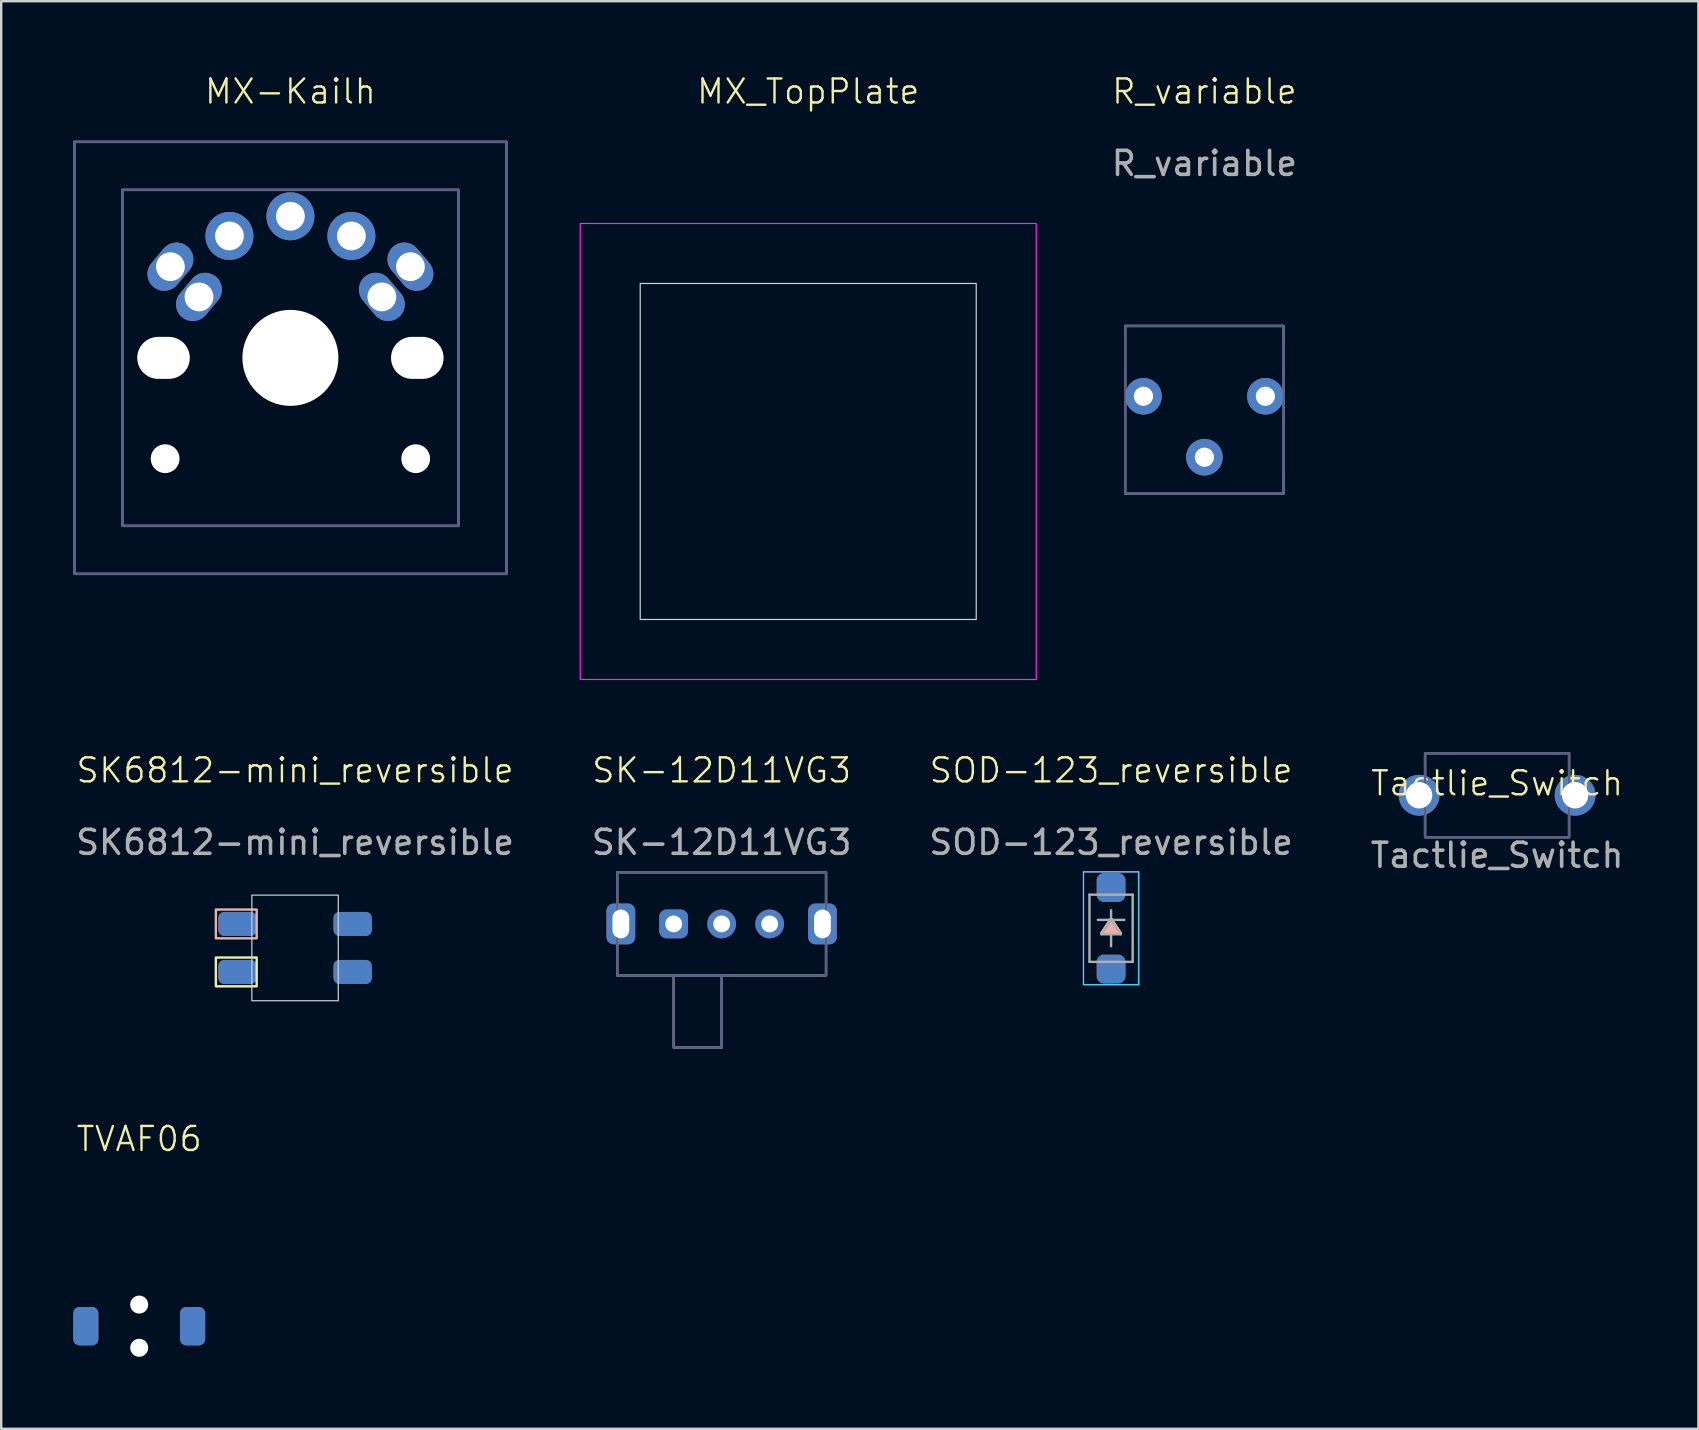
<source format=kicad_pcb>
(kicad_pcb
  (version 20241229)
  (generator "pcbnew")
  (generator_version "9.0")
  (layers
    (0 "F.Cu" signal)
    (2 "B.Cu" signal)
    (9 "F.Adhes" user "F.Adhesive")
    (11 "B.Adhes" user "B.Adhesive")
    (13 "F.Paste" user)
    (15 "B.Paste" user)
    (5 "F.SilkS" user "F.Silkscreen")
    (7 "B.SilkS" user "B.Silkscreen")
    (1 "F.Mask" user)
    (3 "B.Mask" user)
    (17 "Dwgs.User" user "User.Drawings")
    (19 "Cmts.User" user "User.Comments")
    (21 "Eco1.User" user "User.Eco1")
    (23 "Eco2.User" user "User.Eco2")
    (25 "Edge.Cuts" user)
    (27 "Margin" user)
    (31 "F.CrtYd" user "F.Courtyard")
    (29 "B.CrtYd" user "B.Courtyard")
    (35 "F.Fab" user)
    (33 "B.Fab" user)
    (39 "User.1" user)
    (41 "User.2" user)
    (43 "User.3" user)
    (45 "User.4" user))
  (footprint "TVAF06"
    (layer "F.Cu")
    (at 2.75 52.206)
    (property "Reference" "TVAF06" (at 0 -7.8 0) (unlocked yes) (layer "F.SilkS") (effects (font (size 1 1) (thickness 0.1))))
    (attr smd)
    (pad "" np_thru_hole circle (at 0 -0.9 90) (size 0.75 0.75) (drill 0.75) (layers "*.Cu" "*.Mask"))
    (pad "" np_thru_hole circle (at 0 0.9 90) (size 0.75 0.75) (drill 0.75) (layers "*.Cu" "*.Mask"))
    (pad "1" smd roundrect (at -2.225 0 90) (size 1.6 1.05) (layers "F.Cu" "F.Mask" "F.Paste") (roundrect_rratio 0.25))
    (pad "1" smd roundrect (at -2.225 0 270) (size 1.6 1.05) (layers "B.Cu" "B.Mask" "B.Paste") (roundrect_rratio 0.25))
    (pad "2" smd roundrect (at 2.225 0 90) (size 1.6 1.05) (layers "F.Cu" "F.Mask" "F.Paste") (roundrect_rratio 0.25))
    (pad "2" smd roundrect (at 2.225 0 270) (size 1.6 1.05) (layers "B.Cu" "B.Mask" "B.Paste") (roundrect_rratio 0.25)))
  (footprint "R_variable"
    (layer "F.Cu")
    (at 47.132 13.46)
    (property "Reference" "R_variable" (at 0 -12.7 0) (unlocked yes) (layer "F.SilkS") (effects (font (size 1 1) (thickness 0.1))))
    (attr through_hole)
    (fp_rect (start 3.3 4.06) (end -3.3 -2.93) (stroke (width 0.1) (type default)) (fill no) (layer "B.Fab"))
    (fp_rect (start 3.3 4.06) (end -3.3 -2.93) (stroke (width 0.1) (type default)) (fill no) (layer "F.Fab"))
    (fp_text user "${REFERENCE}" (at 0 -9.7 0) (unlocked yes) (layer "F.Fab") (effects (font (size 1 1) (thickness 0.15))))
    (pad "1" thru_hole circle (at -2.54 0) (size 1.524 1.524) (drill 0.8) (layers "*.Cu" "*.Mask"))
    (pad "2" thru_hole circle (at 0 2.54) (size 1.524 1.524) (drill 0.8) (layers "*.Cu" "*.Mask"))
    (pad "3" thru_hole circle (at 2.54 0) (size 1.524 1.524) (drill 0.8) (layers "*.Cu" "*.Mask")))
  (footprint "SK6812-mini_reversible"
    (layer "F.Cu")
    (at 9.244 36.446)
    (property "Reference" "SK6812-mini_reversible" (at 0 -7.4 0) (unlocked yes) (layer "F.SilkS") (effects (font (size 1 1) (thickness 0.1))))
    (attr smd)
    (fp_rect (start -3.3 0.4) (end -1.6 1.6) (stroke (width 0.1) (type default)) (fill no) (layer "F.SilkS"))
    (fp_rect (start -1.6 -0.4) (end -3.3 -1.6) (stroke (width 0.1) (type default)) (fill no) (layer "B.SilkS"))
    (fp_rect (start -1.8 -2.2) (end 1.8 2.2) (stroke (width 0.05) (type default)) (fill no) (layer "Edge.Cuts"))
    (fp_text user "${REFERENCE}" (at 0 -4.4 0) (unlocked yes) (layer "F.Fab") (effects (font (size 1 1) (thickness 0.15))))
    (pad "1" smd roundrect (at -2.4 -1) (size 1.6 1) (layers "B.Cu" "B.Mask" "B.Paste") (roundrect_rratio 0.25))
    (pad "1" smd roundrect (at -2.4 1) (size 1.6 1) (layers "F.Cu" "F.Mask" "F.Paste") (roundrect_rratio 0.25))
    (pad "2" smd roundrect (at -2.4 -1) (size 1.6 1) (layers "F.Cu" "F.Mask" "F.Paste") (roundrect_rratio 0.25))
    (pad "2" smd roundrect (at -2.4 1) (size 1.6 1) (layers "B.Cu" "B.Mask" "B.Paste") (roundrect_rratio 0.25))
    (pad "3" smd roundrect (at 2.4 -1) (size 1.6 1) (layers "F.Cu" "F.Mask" "F.Paste") (roundrect_rratio 0.25))
    (pad "3" smd roundrect (at 2.4 1) (size 1.6 1) (layers "B.Cu" "B.Mask" "B.Paste") (roundrect_rratio 0.25))
    (pad "4" smd roundrect (at 2.4 -1) (size 1.6 1) (layers "B.Cu" "B.Mask" "B.Paste") (roundrect_rratio 0.25))
    (pad "4" smd roundrect (at 2.4 1) (size 1.6 1) (layers "F.Cu" "F.Mask" "F.Paste") (roundrect_rratio 0.25)))
  (footprint "MX_TopPlate"
    (layer "F.Cu")
    (at 30.625 15.761)
    (property "Reference" "MX_TopPlate" (at 0 -15 0) (unlocked yes) (layer "F.SilkS") (effects (font (size 1 1) (thickness 0.1))))
    (fp_rect (start -7 -7) (end 7 7) (stroke (width 0.05) (type default)) (fill no) (layer "Edge.Cuts"))
    (fp_rect (start -9.5 -9.5) (end 9.5 9.5) (stroke (width 0.05) (type default)) (fill no) (layer "F.CrtYd")))
  (footprint "Tactlie_Switch"
    (layer "F.Cu")
    (at 59.327 30.085)
    (property "Reference" "Tactlie_Switch" (at 0 -0.5 0) (unlocked yes) (layer "F.SilkS") (effects (font (size 1 1) (thickness 0.1))))
    (attr through_hole)
    (fp_rect (start -3 -1.75) (end 3 1.75) (stroke (width 0.1) (type default)) (fill no) (layer "B.Fab"))
    (fp_rect (start -3 -1.75) (end 3 1.75) (stroke (width 0.1) (type default)) (fill no) (layer "F.Fab"))
    (fp_text user "${REFERENCE}" (at 0 2.5 0) (unlocked yes) (layer "F.Fab") (effects (font (size 1 1) (thickness 0.15))))
    (pad "1" thru_hole circle (at -3.25 0) (size 1.7 1.7) (drill 1.1) (layers "*.Cu" "*.Mask"))
    (pad "2" thru_hole circle (at 3.25 0) (size 1.7 1.7) (drill 1.1) (layers "*.Cu" "*.Mask")))
  (footprint "MX-Kailh"
    (layer "F.Cu")
    (at 9.05 11.861)
    (property "Reference" "MX-Kailh" (at 0 -11.1 0) (unlocked yes) (layer "F.SilkS") (effects (font (size 1 1) (thickness 0.1))))
    (attr through_hole)
    (fp_rect (start -7 -7) (end 7 7) (stroke (width 0.1) (type default)) (fill no) (layer "B.Fab"))
    (fp_rect (start 9 -9) (end -9 9) (stroke (width 0.1) (type default)) (fill no) (layer "B.Fab"))
    (fp_rect (start -7 -7) (end 7 7) (stroke (width 0.1) (type default)) (fill no) (layer "F.Fab"))
    (fp_rect (start 9 -9) (end -9 9) (stroke (width 0.1) (type default)) (fill no) (layer "F.Fab"))
    (pad "" np_thru_hole oval (at -5.287 0) (size 2.19 1.75) (drill oval 2.19 1.75) (layers "*.Cu" "*.Mask"))
    (pad "" np_thru_hole circle (at -5.22 4.2) (size 1.2 1.2) (drill 1.2) (layers "*.Cu" "*.Mask"))
    (pad "" np_thru_hole circle (at 0 0) (size 4 4) (drill 4) (layers "*.Cu" "*.Mask"))
    (pad "" np_thru_hole circle (at 5.22 4.2) (size 1.2 1.2) (drill 1.2) (layers "*.Cu" "*.Mask"))
    (pad "" np_thru_hole oval (at 5.287 0) (size 2.19 1.75) (drill oval 2.19 1.75) (layers "*.Cu" "*.Mask"))
    (pad "1" thru_hole oval (at -3.81 -2.54 50) (size 2.2 1.4) (drill 1.2) (layers "*.Cu" "*.Mask"))
    (pad "1" thru_hole circle (at -2.54 -5.08) (size 2 2) (drill 1.2) (layers "*.Cu" "*.Mask"))
    (pad "1" thru_hole circle (at 0 -5.9) (size 2 2) (drill 1.2) (layers "*.Cu" "*.Mask"))
    (pad "2" thru_hole oval (at -5 -3.8 50) (size 2.2 1.4) (drill 1.2) (layers "*.Cu" "*.Mask"))
    (pad "2" thru_hole circle (at 2.54 -5.08) (size 2 2) (drill 1.2) (layers "*.Cu" "*.Mask"))
    (pad "2" thru_hole oval (at 3.81 -2.54 310) (size 2.2 1.4) (drill 1.2) (layers "*.Cu" "*.Mask"))
    (pad "2" thru_hole oval (at 5 -3.8 310) (size 2.2 1.4) (drill 1.2) (layers "*.Cu" "*.Mask")))
  (footprint "SK-12D11VG3"
    (layer "F.Cu")
    (at 27.018 35.446)
    (property "Reference" "SK-12D11VG3" (at 0 -6.4 0) (unlocked yes) (layer "F.SilkS") (effects (font (size 1 1) (thickness 0.1))))
    (attr through_hole)
    (fp_rect (start -2 2.15) (end 0 5.15) (stroke (width 0.1) (type default)) (fill no) (layer "B.Fab"))
    (fp_rect (start 4.35 -2.15) (end -4.35 2.15) (stroke (width 0.1) (type default)) (fill no) (layer "B.Fab"))
    (fp_rect (start -2 2.15) (end 0 5.15) (stroke (width 0.1) (type default)) (fill no) (layer "F.Fab"))
    (fp_rect (start 4.35 -2.15) (end -4.35 2.15) (stroke (width 0.1) (type default)) (fill no) (layer "F.Fab"))
    (fp_text user "${REFERENCE}" (at 0 -3.4 0) (unlocked yes) (layer "F.Fab") (effects (font (size 1 1) (thickness 0.15))))
    (pad "" thru_hole roundrect (at -4.2 0) (size 1.2 1.7) (drill oval 0.7 1.2) (layers "*.Cu" "*.Mask") (roundrect_rratio 0.25))
    (pad "" thru_hole roundrect (at 4.2 0) (size 1.2 1.7) (drill oval 0.7 1.2) (layers "*.Cu" "*.Mask") (roundrect_rratio 0.25))
    (pad "1" thru_hole roundrect (at -2 0) (size 1.2 1.2) (drill 0.7) (layers "*.Cu" "*.Mask") (roundrect_rratio 0.25))
    (pad "2" thru_hole circle (at 0 0) (size 1.2 1.2) (drill 0.7) (layers "*.Cu" "*.Mask"))
    (pad "3" thru_hole circle (at 2 0) (size 1.2 1.2) (drill 0.7) (layers "*.Cu" "*.Mask")))
  (footprint "SOD-123_reversible"
    (layer "F.Cu")
    (at 43.244 35.626)
    (property "Reference" "SOD-123_reversible" (at 0 -6.58 0) (unlocked yes) (layer "F.SilkS") (effects (font (size 1 1) (thickness 0.1))))
    (attr smd)
    (fp_poly (pts (xy 0 -0.4) (xy -0.4 0.2) (xy 0.4 0.2)) (stroke (width 0.1) (type solid)) (fill yes) (layer "F.SilkS"))
    (fp_poly (pts (xy 0 -0.4) (xy -0.4 0.2) (xy 0.4 0.2)) (stroke (width 0.1) (type solid)) (fill yes) (layer "B.SilkS"))
    (fp_rect (start 1.15 -2.35) (end -1.15 2.35) (stroke (width 0.05) (type default)) (fill no) (layer "B.CrtYd"))
    (fp_line (start -1.15 2.35) (end -1.15 -2.35) (stroke (width 0.05) (type solid)) (layer "F.CrtYd"))
    (fp_line (start 1.15 -2.35) (end -1.15 -2.35) (stroke (width 0.05) (type solid)) (layer "F.CrtYd"))
    (fp_line (start 1.15 -2.35) (end 1.15 2.35) (stroke (width 0.05) (type solid)) (layer "F.CrtYd"))
    (fp_line (start 1.15 2.35) (end -1.15 2.35) (stroke (width 0.05) (type solid)) (layer "F.CrtYd"))
    (fp_line (start -0.9 -1.4) (end 0.9 -1.4) (stroke (width 0.1) (type solid)) (layer "F.Fab"))
    (fp_line (start -0.9 1.4) (end -0.9 -1.4) (stroke (width 0.1) (type solid)) (layer "F.Fab"))
    (fp_line (start -0.4 0.25) (end 0 -0.35) (stroke (width 0.1) (type solid)) (layer "F.Fab"))
    (fp_line (start 0 -0.75) (end 0 -0.35) (stroke (width 0.1) (type solid)) (layer "F.Fab"))
    (fp_line (start 0 -0.35) (end -0.55 -0.35) (stroke (width 0.1) (type solid)) (layer "F.Fab"))
    (fp_line (start 0 -0.35) (end 0.4 0.25) (stroke (width 0.1) (type solid)) (layer "F.Fab"))
    (fp_line (start 0 -0.35) (end 0.55 -0.35) (stroke (width 0.1) (type solid)) (layer "F.Fab"))
    (fp_line (start 0 0.25) (end 0 0.75) (stroke (width 0.1) (type solid)) (layer "F.Fab"))
    (fp_line (start 0.4 0.25) (end -0.4 0.25) (stroke (width 0.1) (type solid)) (layer "F.Fab"))
    (fp_line (start 0.9 -1.4) (end 0.9 1.4) (stroke (width 0.1) (type solid)) (layer "F.Fab"))
    (fp_line (start 0.9 1.4) (end -0.9 1.4) (stroke (width 0.1) (type solid)) (layer "F.Fab"))
    (fp_text user "${REFERENCE}" (at 0 -3.58 0) (unlocked yes) (layer "F.Fab") (effects (font (size 1 1) (thickness 0.15))))
    (pad "1" smd roundrect (at 0 -1.7 270) (size 1.2 1.2) (layers "F.Cu" "F.Mask" "F.Paste") (roundrect_rratio 0.25))
    (pad "1" smd roundrect (at 0 -1.7 270) (size 1.2 1.2) (layers "B.Cu" "B.Mask" "B.Paste") (roundrect_rratio 0.25))
    (pad "2" smd roundrect (at 0 1.7 270) (size 1.2 1.2) (layers "F.Cu" "F.Mask" "F.Paste") (roundrect_rratio 0.25))
    (pad "2" smd roundrect (at 0 1.7 270) (size 1.2 1.2) (layers "B.Cu" "B.Mask" "B.Paste") (roundrect_rratio 0.25)))
  (gr_rect
    (start -3 -3)
    (end 67.714 56.481)
    (stroke (width 0.1) (type default))
    (fill no)
    (layer "Edge.Cuts")))
</source>
